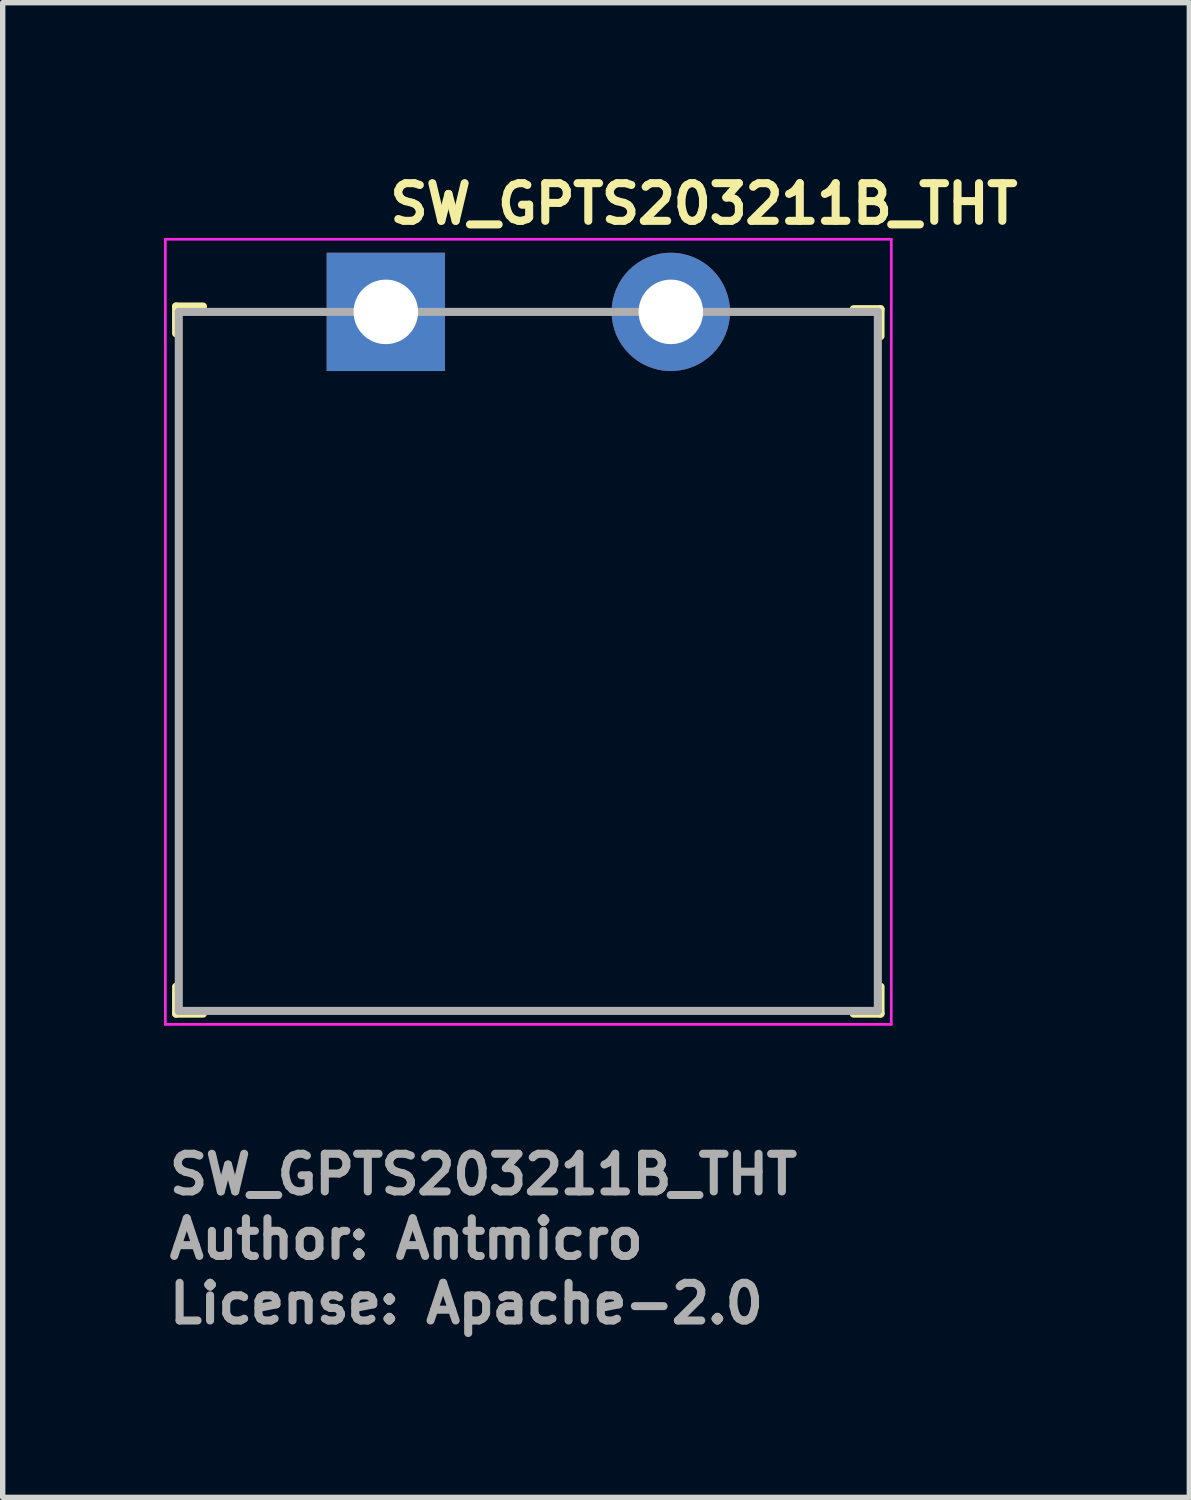
<source format=kicad_pcb>
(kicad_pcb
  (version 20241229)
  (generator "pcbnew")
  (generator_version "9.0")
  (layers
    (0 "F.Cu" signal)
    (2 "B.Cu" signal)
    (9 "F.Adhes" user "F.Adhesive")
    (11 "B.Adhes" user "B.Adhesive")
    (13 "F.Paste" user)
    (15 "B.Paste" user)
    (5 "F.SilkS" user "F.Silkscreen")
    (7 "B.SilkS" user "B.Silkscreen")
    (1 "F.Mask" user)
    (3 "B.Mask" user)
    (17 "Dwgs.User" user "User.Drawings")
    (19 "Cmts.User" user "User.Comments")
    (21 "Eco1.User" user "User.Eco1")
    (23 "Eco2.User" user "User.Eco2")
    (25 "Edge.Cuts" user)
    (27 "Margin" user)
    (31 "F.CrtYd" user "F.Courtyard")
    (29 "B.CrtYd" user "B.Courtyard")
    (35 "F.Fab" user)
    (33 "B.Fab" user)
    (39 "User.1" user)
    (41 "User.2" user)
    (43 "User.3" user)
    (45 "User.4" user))
  (footprint "SW_GPTS203211B_THT"
    (layer "F.Cu")
    (at 4.125 2.75)
    (property "Reference" "SW_GPTS203211B_THT" (at 0 -1.6 0) (layer "F.SilkS") (effects (font (size 0.7 0.7) (thickness 0.15)) (justify left bottom)))
    (attr through_hole)
    (fp_line (start -3.9 -0.1) (end -3.9 0.4) (stroke (width 0.15) (type solid)) (layer "F.SilkS"))
    (fp_line (start -3.9 -0.1) (end -3.4 -0.1) (stroke (width 0.15) (type solid)) (layer "F.SilkS"))
    (fp_line (start -3.9 13.05) (end -3.9 12.55) (stroke (width 0.15) (type solid)) (layer "F.SilkS"))
    (fp_line (start -3.9 13.05) (end -3.4 13.05) (stroke (width 0.15) (type solid)) (layer "F.SilkS"))
    (fp_line (start 9.2 -0.05) (end 8.7 -0.05) (stroke (width 0.15) (type solid)) (layer "F.SilkS"))
    (fp_line (start 9.2 -0.05) (end 9.2 0.45) (stroke (width 0.15) (type solid)) (layer "F.SilkS"))
    (fp_line (start 9.2 13.05) (end 8.7 13.05) (stroke (width 0.15) (type solid)) (layer "F.SilkS"))
    (fp_line (start 9.2 13.05) (end 9.2 12.55) (stroke (width 0.15) (type solid)) (layer "F.SilkS"))
    (fp_line (start -4.1 -1.35) (end -4.1 13.25) (stroke (width 0.05) (type solid)) (layer "F.CrtYd"))
    (fp_line (start 9.4 -1.35) (end -4.1 -1.35) (stroke (width 0.05) (type solid)) (layer "F.CrtYd"))
    (fp_line (start 9.4 -1.35) (end 9.4 13.25) (stroke (width 0.05) (type solid)) (layer "F.CrtYd"))
    (fp_line (start 9.4 13.25) (end -4.1 13.25) (stroke (width 0.05) (type solid)) (layer "F.CrtYd"))
    (fp_line (start -3.85 0) (end -3.85 13) (stroke (width 0.15) (type solid)) (layer "F.Fab"))
    (fp_line (start -3.85 0) (end 9.15 0) (stroke (width 0.15) (type solid)) (layer "F.Fab"))
    (fp_line (start -3.85 13) (end 9.15 13) (stroke (width 0.15) (type solid)) (layer "F.Fab"))
    (fp_line (start 9.15 0) (end 9.15 13) (stroke (width 0.15) (type solid)) (layer "F.Fab"))
    (fp_rect (start -3.35 -0.4) (end 8.65 12.5) (stroke (width 0.15) (type solid)) (fill no) (layer "User.5"))
    (fp_line (start -3.35 0.5) (end -3.35 12.5) (stroke (width 0.01) (type solid)) (layer "User.9"))
    (fp_line (start -3.35 12.5) (end 8.65 12.5) (stroke (width 0.01) (type solid)) (layer "User.9"))
    (fp_line (start -0.75 -0.4) (end 0.75 -0.4) (stroke (width 0.01) (type solid)) (layer "User.9"))
    (fp_line (start -0.75 -0.385) (end -0.75 -0.4) (stroke (width 0.01) (type solid)) (layer "User.9"))
    (fp_line (start -0.75 -0.385) (end -0.75 -0.385) (stroke (width 0.01) (type solid)) (layer "User.9"))
    (fp_line (start -0.75 -0.341) (end -0.75 -0.385) (stroke (width 0.01) (type solid)) (layer "User.9"))
    (fp_line (start -0.75 -0.341) (end -0.75 -0.341) (stroke (width 0.01) (type solid)) (layer "User.9"))
    (fp_line (start -0.75 -0.269) (end -0.75 -0.341) (stroke (width 0.01) (type solid)) (layer "User.9"))
    (fp_line (start -0.75 -0.269) (end -0.75 -0.269) (stroke (width 0.01) (type solid)) (layer "User.9"))
    (fp_line (start -0.75 -0.224) (end -0.75 -0.269) (stroke (width 0.01) (type solid)) (layer "User.9"))
    (fp_line (start -0.75 -0.224) (end -0.75 -0.224) (stroke (width 0.01) (type solid)) (layer "User.9"))
    (fp_line (start -0.75 0.2) (end -0.75 -0.224) (stroke (width 0.01) (type solid)) (layer "User.9"))
    (fp_line (start -0.75 0.5) (end -0.75 0.2) (stroke (width 0.01) (type solid)) (layer "User.9"))
    (fp_line (start 0 6.5) (end 0.004 6.636) (stroke (width 0.01) (type solid)) (layer "User.9"))
    (fp_line (start 0.003 6.369) (end 0 6.5) (stroke (width 0.01) (type solid)) (layer "User.9"))
    (fp_line (start 0.004 6.636) (end 0.014 6.771) (stroke (width 0.01) (type solid)) (layer "User.9"))
    (fp_line (start 0.013 6.238) (end 0.003 6.369) (stroke (width 0.01) (type solid)) (layer "User.9"))
    (fp_line (start 0.014 6.771) (end 0.031 6.903) (stroke (width 0.01) (type solid)) (layer "User.9"))
    (fp_line (start 0.029 6.109) (end 0.013 6.238) (stroke (width 0.01) (type solid)) (layer "User.9"))
    (fp_line (start 0.031 6.903) (end 0.054 7.034) (stroke (width 0.01) (type solid)) (layer "User.9"))
    (fp_line (start 0.051 5.981) (end 0.029 6.109) (stroke (width 0.01) (type solid)) (layer "User.9"))
    (fp_line (start 0.054 7.034) (end 0.084 7.162) (stroke (width 0.01) (type solid)) (layer "User.9"))
    (fp_line (start 0.08 5.854) (end 0.051 5.981) (stroke (width 0.01) (type solid)) (layer "User.9"))
    (fp_line (start 0.084 7.162) (end 0.119 7.288) (stroke (width 0.01) (type solid)) (layer "User.9"))
    (fp_line (start 0.115 5.729) (end 0.08 5.854) (stroke (width 0.01) (type solid)) (layer "User.9"))
    (fp_line (start 0.119 7.288) (end 0.161 7.411) (stroke (width 0.01) (type solid)) (layer "User.9"))
    (fp_line (start 0.155 5.606) (end 0.115 5.729) (stroke (width 0.01) (type solid)) (layer "User.9"))
    (fp_line (start 0.161 7.411) (end 0.209 7.531) (stroke (width 0.01) (type solid)) (layer "User.9"))
    (fp_line (start 0.202 5.486) (end 0.155 5.606) (stroke (width 0.01) (type solid)) (layer "User.9"))
    (fp_line (start 0.209 7.531) (end 0.262 7.648) (stroke (width 0.01) (type solid)) (layer "User.9"))
    (fp_line (start 0.254 5.368) (end 0.202 5.486) (stroke (width 0.01) (type solid)) (layer "User.9"))
    (fp_line (start 0.262 7.648) (end 0.32 7.763) (stroke (width 0.01) (type solid)) (layer "User.9"))
    (fp_line (start 0.312 5.252) (end 0.254 5.368) (stroke (width 0.01) (type solid)) (layer "User.9"))
    (fp_line (start 0.32 7.763) (end 0.384 7.874) (stroke (width 0.01) (type solid)) (layer "User.9"))
    (fp_line (start 0.376 5.139) (end 0.312 5.252) (stroke (width 0.01) (type solid)) (layer "User.9"))
    (fp_line (start 0.384 7.874) (end 0.453 7.981) (stroke (width 0.01) (type solid)) (layer "User.9"))
    (fp_line (start 0.445 5.03) (end 0.376 5.139) (stroke (width 0.01) (type solid)) (layer "User.9"))
    (fp_line (start 0.453 7.981) (end 0.527 8.085) (stroke (width 0.01) (type solid)) (layer "User.9"))
    (fp_line (start 0.52 4.923) (end 0.445 5.03) (stroke (width 0.01) (type solid)) (layer "User.9"))
    (fp_line (start 0.527 8.085) (end 0.606 8.185) (stroke (width 0.01) (type solid)) (layer "User.9"))
    (fp_line (start 0.6 4.821) (end 0.52 4.923) (stroke (width 0.01) (type solid)) (layer "User.9"))
    (fp_line (start 0.606 8.185) (end 0.689 8.281) (stroke (width 0.01) (type solid)) (layer "User.9"))
    (fp_line (start 0.686 4.721) (end 0.6 4.821) (stroke (width 0.01) (type solid)) (layer "User.9"))
    (fp_line (start 0.689 8.281) (end 0.777 8.373) (stroke (width 0.01) (type solid)) (layer "User.9"))
    (fp_line (start 0.75 -0.385) (end 0.75 -0.4) (stroke (width 0.01) (type solid)) (layer "User.9"))
    (fp_line (start 0.75 -0.385) (end 0.75 -0.385) (stroke (width 0.01) (type solid)) (layer "User.9"))
    (fp_line (start 0.75 -0.341) (end 0.75 -0.385) (stroke (width 0.01) (type solid)) (layer "User.9"))
    (fp_line (start 0.75 -0.341) (end 0.75 -0.341) (stroke (width 0.01) (type solid)) (layer "User.9"))
    (fp_line (start 0.75 -0.269) (end 0.75 -0.341) (stroke (width 0.01) (type solid)) (layer "User.9"))
    (fp_line (start 0.75 -0.269) (end 0.75 -0.269) (stroke (width 0.01) (type solid)) (layer "User.9"))
    (fp_line (start 0.75 -0.224) (end 0.75 -0.269) (stroke (width 0.01) (type solid)) (layer "User.9"))
    (fp_line (start 0.75 -0.224) (end 0.75 -0.224) (stroke (width 0.01) (type solid)) (layer "User.9"))
    (fp_line (start 0.75 0.2) (end 0.75 -0.224) (stroke (width 0.01) (type solid)) (layer "User.9"))
    (fp_line (start 0.75 0.5) (end 0.75 0.2) (stroke (width 0.01) (type solid)) (layer "User.9"))
    (fp_line (start 0.776 4.626) (end 0.686 4.721) (stroke (width 0.01) (type solid)) (layer "User.9"))
    (fp_line (start 0.776 4.626) (end 0.776 4.626) (stroke (width 0.01) (type solid)) (layer "User.9"))
    (fp_line (start 0.777 8.373) (end 0.869 8.461) (stroke (width 0.01) (type solid)) (layer "User.9"))
    (fp_line (start 0.869 8.461) (end 0.965 8.544) (stroke (width 0.01) (type solid)) (layer "User.9"))
    (fp_line (start 0.871 4.536) (end 0.776 4.626) (stroke (width 0.01) (type solid)) (layer "User.9"))
    (fp_line (start 0.965 8.544) (end 1.065 8.623) (stroke (width 0.01) (type solid)) (layer "User.9"))
    (fp_line (start 0.971 4.45) (end 0.871 4.536) (stroke (width 0.01) (type solid)) (layer "User.9"))
    (fp_line (start 1.065 8.623) (end 1.169 8.696) (stroke (width 0.01) (type solid)) (layer "User.9"))
    (fp_line (start 1.073 4.37) (end 0.971 4.45) (stroke (width 0.01) (type solid)) (layer "User.9"))
    (fp_line (start 1.169 8.696) (end 1.276 8.765) (stroke (width 0.01) (type solid)) (layer "User.9"))
    (fp_line (start 1.18 4.295) (end 1.073 4.37) (stroke (width 0.01) (type solid)) (layer "User.9"))
    (fp_line (start 1.276 8.765) (end 1.387 8.829) (stroke (width 0.01) (type solid)) (layer "User.9"))
    (fp_line (start 1.289 4.226) (end 1.18 4.295) (stroke (width 0.01) (type solid)) (layer "User.9"))
    (fp_line (start 1.387 8.829) (end 1.501 8.888) (stroke (width 0.01) (type solid)) (layer "User.9"))
    (fp_line (start 1.402 4.162) (end 1.289 4.226) (stroke (width 0.01) (type solid)) (layer "User.9"))
    (fp_line (start 1.501 8.888) (end 1.619 8.941) (stroke (width 0.01) (type solid)) (layer "User.9"))
    (fp_line (start 1.518 4.104) (end 1.402 4.162) (stroke (width 0.01) (type solid)) (layer "User.9"))
    (fp_line (start 1.619 8.941) (end 1.739 8.988) (stroke (width 0.01) (type solid)) (layer "User.9"))
    (fp_line (start 1.636 4.052) (end 1.518 4.104) (stroke (width 0.01) (type solid)) (layer "User.9"))
    (fp_line (start 1.739 8.988) (end 1.862 9.03) (stroke (width 0.01) (type solid)) (layer "User.9"))
    (fp_line (start 1.756 4.005) (end 1.636 4.052) (stroke (width 0.01) (type solid)) (layer "User.9"))
    (fp_line (start 1.862 9.03) (end 1.988 9.065) (stroke (width 0.01) (type solid)) (layer "User.9"))
    (fp_line (start 1.879 3.965) (end 1.756 4.005) (stroke (width 0.01) (type solid)) (layer "User.9"))
    (fp_line (start 1.988 9.065) (end 2.116 9.095) (stroke (width 0.01) (type solid)) (layer "User.9"))
    (fp_line (start 2.004 3.93) (end 1.879 3.965) (stroke (width 0.01) (type solid)) (layer "User.9"))
    (fp_line (start 2.116 9.095) (end 2.247 9.118) (stroke (width 0.01) (type solid)) (layer "User.9"))
    (fp_line (start 2.131 3.901) (end 2.004 3.93) (stroke (width 0.01) (type solid)) (layer "User.9"))
    (fp_line (start 2.247 9.118) (end 2.379 9.135) (stroke (width 0.01) (type solid)) (layer "User.9"))
    (fp_line (start 2.259 3.879) (end 2.131 3.901) (stroke (width 0.01) (type solid)) (layer "User.9"))
    (fp_line (start 2.379 9.135) (end 2.514 9.145) (stroke (width 0.01) (type solid)) (layer "User.9"))
    (fp_line (start 2.388 3.863) (end 2.259 3.879) (stroke (width 0.01) (type solid)) (layer "User.9"))
    (fp_line (start 2.514 9.145) (end 2.65 9.149) (stroke (width 0.01) (type solid)) (layer "User.9"))
    (fp_line (start 2.519 3.853) (end 2.388 3.863) (stroke (width 0.01) (type solid)) (layer "User.9"))
    (fp_line (start 2.65 3.85) (end 2.519 3.853) (stroke (width 0.01) (type solid)) (layer "User.9"))
    (fp_line (start 2.65 9.149) (end 2.65 9.149) (stroke (width 0.01) (type solid)) (layer "User.9"))
    (fp_line (start 2.65 9.149) (end 2.786 9.145) (stroke (width 0.01) (type solid)) (layer "User.9"))
    (fp_line (start 2.781 3.853) (end 2.65 3.85) (stroke (width 0.01) (type solid)) (layer "User.9"))
    (fp_line (start 2.786 9.145) (end 2.921 9.135) (stroke (width 0.01) (type solid)) (layer "User.9"))
    (fp_line (start 2.912 3.863) (end 2.781 3.853) (stroke (width 0.01) (type solid)) (layer "User.9"))
    (fp_line (start 2.921 9.135) (end 3.053 9.118) (stroke (width 0.01) (type solid)) (layer "User.9"))
    (fp_line (start 3.041 3.879) (end 2.912 3.863) (stroke (width 0.01) (type solid)) (layer "User.9"))
    (fp_line (start 3.053 9.118) (end 3.184 9.095) (stroke (width 0.01) (type solid)) (layer "User.9"))
    (fp_line (start 3.169 3.901) (end 3.041 3.879) (stroke (width 0.01) (type solid)) (layer "User.9"))
    (fp_line (start 3.184 9.095) (end 3.312 9.065) (stroke (width 0.01) (type solid)) (layer "User.9"))
    (fp_line (start 3.296 3.93) (end 3.169 3.901) (stroke (width 0.01) (type solid)) (layer "User.9"))
    (fp_line (start 3.312 9.065) (end 3.438 9.03) (stroke (width 0.01) (type solid)) (layer "User.9"))
    (fp_line (start 3.421 3.965) (end 3.296 3.93) (stroke (width 0.01) (type solid)) (layer "User.9"))
    (fp_line (start 3.438 9.03) (end 3.561 8.988) (stroke (width 0.01) (type solid)) (layer "User.9"))
    (fp_line (start 3.544 4.005) (end 3.421 3.965) (stroke (width 0.01) (type solid)) (layer "User.9"))
    (fp_line (start 3.561 8.988) (end 3.681 8.941) (stroke (width 0.01) (type solid)) (layer "User.9"))
    (fp_line (start 3.664 4.052) (end 3.544 4.005) (stroke (width 0.01) (type solid)) (layer "User.9"))
    (fp_line (start 3.681 8.941) (end 3.799 8.888) (stroke (width 0.01) (type solid)) (layer "User.9"))
    (fp_line (start 3.782 4.104) (end 3.664 4.052) (stroke (width 0.01) (type solid)) (layer "User.9"))
    (fp_line (start 3.799 8.888) (end 3.913 8.829) (stroke (width 0.01) (type solid)) (layer "User.9"))
    (fp_line (start 3.898 4.162) (end 3.782 4.104) (stroke (width 0.01) (type solid)) (layer "User.9"))
    (fp_line (start 3.913 8.829) (end 4.024 8.765) (stroke (width 0.01) (type solid)) (layer "User.9"))
    (fp_line (start 4.011 4.226) (end 3.898 4.162) (stroke (width 0.01) (type solid)) (layer "User.9"))
    (fp_line (start 4.024 8.765) (end 4.131 8.696) (stroke (width 0.01) (type solid)) (layer "User.9"))
    (fp_line (start 4.12 4.295) (end 4.011 4.226) (stroke (width 0.01) (type solid)) (layer "User.9"))
    (fp_line (start 4.131 8.696) (end 4.235 8.623) (stroke (width 0.01) (type solid)) (layer "User.9"))
    (fp_line (start 4.227 4.37) (end 4.12 4.295) (stroke (width 0.01) (type solid)) (layer "User.9"))
    (fp_line (start 4.235 8.623) (end 4.335 8.544) (stroke (width 0.01) (type solid)) (layer "User.9"))
    (fp_line (start 4.329 4.45) (end 4.227 4.37) (stroke (width 0.01) (type solid)) (layer "User.9"))
    (fp_line (start 4.335 8.544) (end 4.431 8.461) (stroke (width 0.01) (type solid)) (layer "User.9"))
    (fp_line (start 4.429 4.536) (end 4.329 4.45) (stroke (width 0.01) (type solid)) (layer "User.9"))
    (fp_line (start 4.431 8.461) (end 4.523 8.373) (stroke (width 0.01) (type solid)) (layer "User.9"))
    (fp_line (start 4.523 8.373) (end 4.611 8.281) (stroke (width 0.01) (type solid)) (layer "User.9"))
    (fp_line (start 4.524 4.626) (end 4.429 4.536) (stroke (width 0.01) (type solid)) (layer "User.9"))
    (fp_line (start 4.524 4.626) (end 4.524 4.626) (stroke (width 0.01) (type solid)) (layer "User.9"))
    (fp_line (start 4.55 -0.4) (end 6.05 -0.4) (stroke (width 0.01) (type solid)) (layer "User.9"))
    (fp_line (start 4.55 -0.385) (end 4.55 -0.4) (stroke (width 0.01) (type solid)) (layer "User.9"))
    (fp_line (start 4.55 -0.385) (end 4.55 -0.385) (stroke (width 0.01) (type solid)) (layer "User.9"))
    (fp_line (start 4.55 -0.341) (end 4.55 -0.385) (stroke (width 0.01) (type solid)) (layer "User.9"))
    (fp_line (start 4.55 -0.341) (end 4.55 -0.341) (stroke (width 0.01) (type solid)) (layer "User.9"))
    (fp_line (start 4.55 -0.269) (end 4.55 -0.341) (stroke (width 0.01) (type solid)) (layer "User.9"))
    (fp_line (start 4.55 -0.269) (end 4.55 -0.269) (stroke (width 0.01) (type solid)) (layer "User.9"))
    (fp_line (start 4.55 -0.224) (end 4.55 -0.269) (stroke (width 0.01) (type solid)) (layer "User.9"))
    (fp_line (start 4.55 -0.224) (end 4.55 -0.224) (stroke (width 0.01) (type solid)) (layer "User.9"))
    (fp_line (start 4.55 0.2) (end 4.55 -0.224) (stroke (width 0.01) (type solid)) (layer "User.9"))
    (fp_line (start 4.55 0.5) (end 4.55 0.2) (stroke (width 0.01) (type solid)) (layer "User.9"))
    (fp_line (start 4.611 8.281) (end 4.694 8.185) (stroke (width 0.01) (type solid)) (layer "User.9"))
    (fp_line (start 4.614 4.721) (end 4.524 4.626) (stroke (width 0.01) (type solid)) (layer "User.9"))
    (fp_line (start 4.694 8.185) (end 4.773 8.085) (stroke (width 0.01) (type solid)) (layer "User.9"))
    (fp_line (start 4.7 4.821) (end 4.614 4.721) (stroke (width 0.01) (type solid)) (layer "User.9"))
    (fp_line (start 4.773 8.085) (end 4.847 7.981) (stroke (width 0.01) (type solid)) (layer "User.9"))
    (fp_line (start 4.78 4.923) (end 4.7 4.821) (stroke (width 0.01) (type solid)) (layer "User.9"))
    (fp_line (start 4.847 7.981) (end 4.916 7.874) (stroke (width 0.01) (type solid)) (layer "User.9"))
    (fp_line (start 4.855 5.03) (end 4.78 4.923) (stroke (width 0.01) (type solid)) (layer "User.9"))
    (fp_line (start 4.916 7.874) (end 4.98 7.763) (stroke (width 0.01) (type solid)) (layer "User.9"))
    (fp_line (start 4.924 5.139) (end 4.855 5.03) (stroke (width 0.01) (type solid)) (layer "User.9"))
    (fp_line (start 4.98 7.763) (end 5.038 7.648) (stroke (width 0.01) (type solid)) (layer "User.9"))
    (fp_line (start 4.988 5.252) (end 4.924 5.139) (stroke (width 0.01) (type solid)) (layer "User.9"))
    (fp_line (start 5.038 7.648) (end 5.091 7.531) (stroke (width 0.01) (type solid)) (layer "User.9"))
    (fp_line (start 5.046 5.368) (end 4.988 5.252) (stroke (width 0.01) (type solid)) (layer "User.9"))
    (fp_line (start 5.091 7.531) (end 5.139 7.411) (stroke (width 0.01) (type solid)) (layer "User.9"))
    (fp_line (start 5.098 5.486) (end 5.046 5.368) (stroke (width 0.01) (type solid)) (layer "User.9"))
    (fp_line (start 5.139 7.411) (end 5.181 7.288) (stroke (width 0.01) (type solid)) (layer "User.9"))
    (fp_line (start 5.145 5.606) (end 5.098 5.486) (stroke (width 0.01) (type solid)) (layer "User.9"))
    (fp_line (start 5.181 7.288) (end 5.216 7.162) (stroke (width 0.01) (type solid)) (layer "User.9"))
    (fp_line (start 5.185 5.729) (end 5.145 5.606) (stroke (width 0.01) (type solid)) (layer "User.9"))
    (fp_line (start 5.216 7.162) (end 5.246 7.034) (stroke (width 0.01) (type solid)) (layer "User.9"))
    (fp_line (start 5.22 5.854) (end 5.185 5.729) (stroke (width 0.01) (type solid)) (layer "User.9"))
    (fp_line (start 5.246 7.034) (end 5.269 6.903) (stroke (width 0.01) (type solid)) (layer "User.9"))
    (fp_line (start 5.249 5.981) (end 5.22 5.854) (stroke (width 0.01) (type solid)) (layer "User.9"))
    (fp_line (start 5.269 6.903) (end 5.286 6.771) (stroke (width 0.01) (type solid)) (layer "User.9"))
    (fp_line (start 5.271 6.109) (end 5.249 5.981) (stroke (width 0.01) (type solid)) (layer "User.9"))
    (fp_line (start 5.286 6.771) (end 5.296 6.636) (stroke (width 0.01) (type solid)) (layer "User.9"))
    (fp_line (start 5.287 6.238) (end 5.271 6.109) (stroke (width 0.01) (type solid)) (layer "User.9"))
    (fp_line (start 5.296 6.636) (end 5.3 6.5) (stroke (width 0.01) (type solid)) (layer "User.9"))
    (fp_line (start 5.297 6.369) (end 5.287 6.238) (stroke (width 0.01) (type solid)) (layer "User.9"))
    (fp_line (start 5.3 6.5) (end 5.297 6.369) (stroke (width 0.01) (type solid)) (layer "User.9"))
    (fp_line (start 6.05 -0.385) (end 6.05 -0.4) (stroke (width 0.01) (type solid)) (layer "User.9"))
    (fp_line (start 6.05 -0.385) (end 6.05 -0.385) (stroke (width 0.01) (type solid)) (layer "User.9"))
    (fp_line (start 6.05 -0.341) (end 6.05 -0.385) (stroke (width 0.01) (type solid)) (layer "User.9"))
    (fp_line (start 6.05 -0.341) (end 6.05 -0.341) (stroke (width 0.01) (type solid)) (layer "User.9"))
    (fp_line (start 6.05 -0.269) (end 6.05 -0.341) (stroke (width 0.01) (type solid)) (layer "User.9"))
    (fp_line (start 6.05 -0.269) (end 6.05 -0.269) (stroke (width 0.01) (type solid)) (layer "User.9"))
    (fp_line (start 6.05 -0.224) (end 6.05 -0.269) (stroke (width 0.01) (type solid)) (layer "User.9"))
    (fp_line (start 6.05 -0.224) (end 6.05 -0.224) (stroke (width 0.01) (type solid)) (layer "User.9"))
    (fp_line (start 6.05 0.2) (end 6.05 -0.224) (stroke (width 0.01) (type solid)) (layer "User.9"))
    (fp_line (start 6.05 0.5) (end 6.05 0.2) (stroke (width 0.01) (type solid)) (layer "User.9"))
    (fp_line (start 8.65 0.5) (end -3.35 0.5) (stroke (width 0.01) (type solid)) (layer "User.9"))
    (fp_line (start 8.65 12.5) (end 8.65 0.5) (stroke (width 0.01) (type solid)) (layer "User.9"))
    (fp_text user "License: Apache-2.0" (at -4.1 18.85 0) (layer "F.Fab") (effects (font (size 0.7 0.7) (thickness 0.15)) (justify left bottom)))
    (fp_text user "${REFERENCE}" (at -4.1 16.45 0) (layer "F.Fab") (effects (font (size 0.7 0.7) (thickness 0.15)) (justify left bottom)))
    (fp_text user "Author: Antmicro" (at -4.1 17.65 0) (layer "F.Fab") (effects (font (size 0.7 0.7) (thickness 0.15)) (justify left bottom)))
    (pad "1" thru_hole rect (at 0 0) (size 2.2 2.2) (drill 1.2) (layers "*.Cu" "*.Mask"))
    (pad "2" thru_hole circle (at 5.3 0) (size 2.2 2.2) (drill 1.2) (layers "*.Cu" "*.Mask")))
  (gr_rect
    (start -3 -3)
    (end 19.068 24.796)
    (stroke (width 0.1) (type default))
    (fill no)
    (layer "Edge.Cuts")))
</source>
